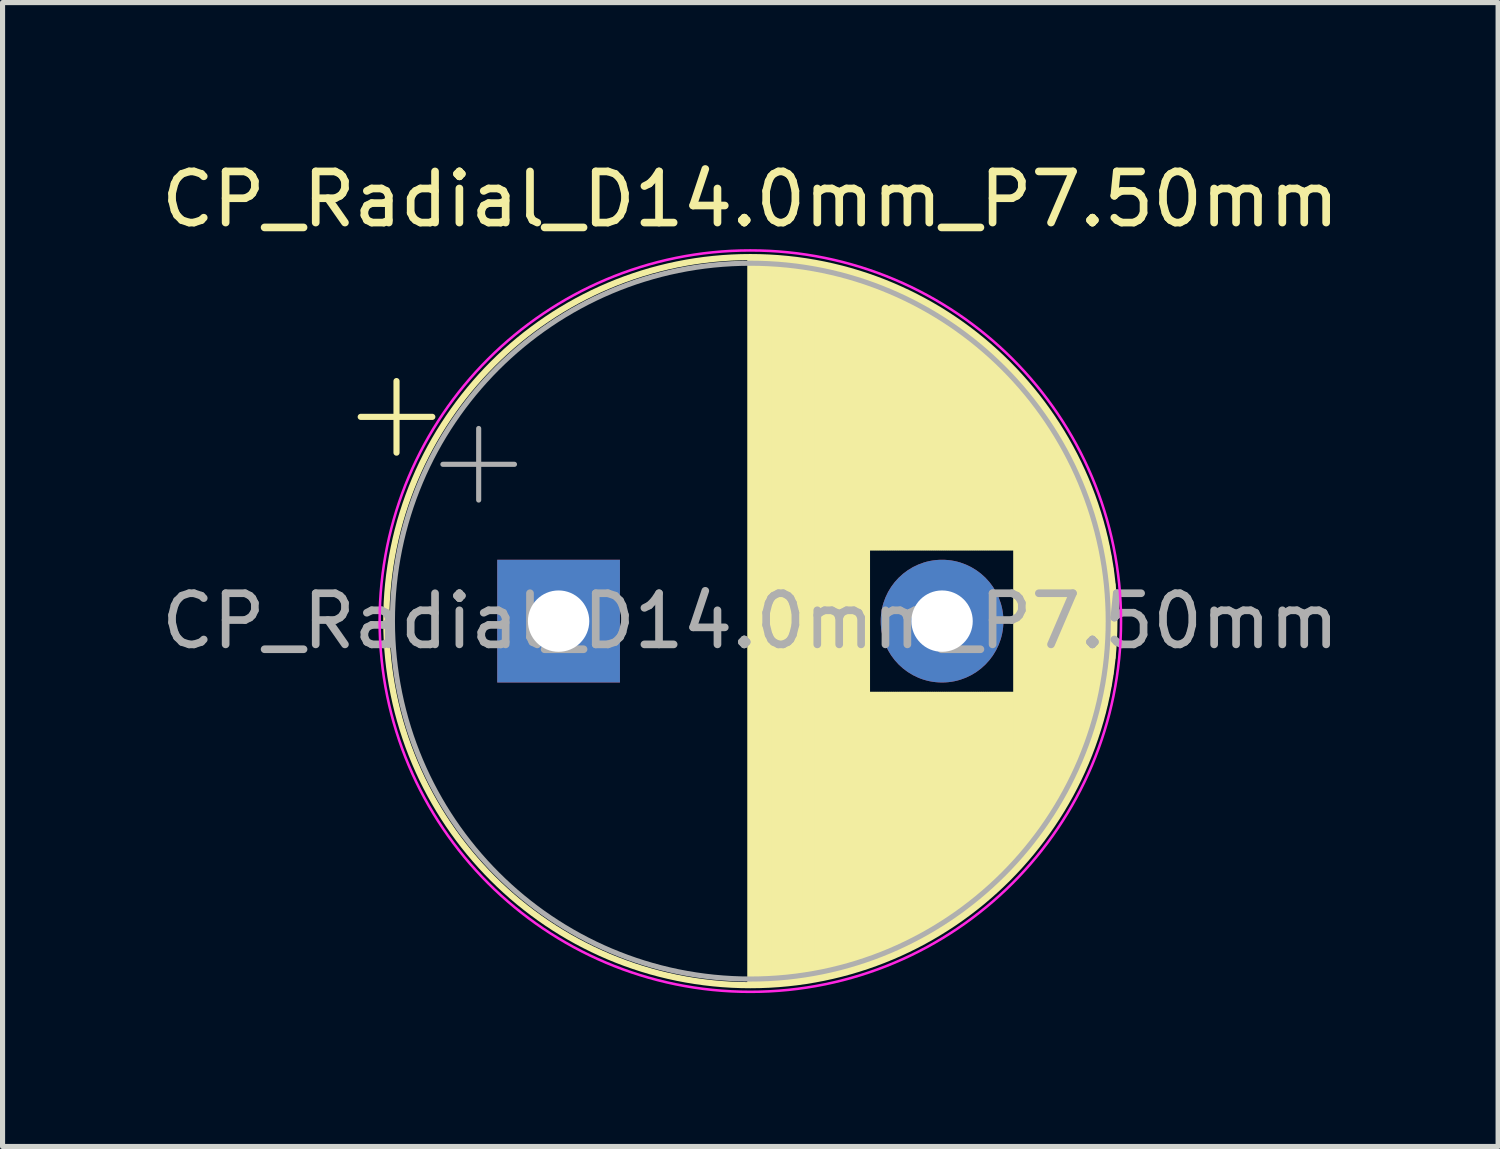
<source format=kicad_pcb>
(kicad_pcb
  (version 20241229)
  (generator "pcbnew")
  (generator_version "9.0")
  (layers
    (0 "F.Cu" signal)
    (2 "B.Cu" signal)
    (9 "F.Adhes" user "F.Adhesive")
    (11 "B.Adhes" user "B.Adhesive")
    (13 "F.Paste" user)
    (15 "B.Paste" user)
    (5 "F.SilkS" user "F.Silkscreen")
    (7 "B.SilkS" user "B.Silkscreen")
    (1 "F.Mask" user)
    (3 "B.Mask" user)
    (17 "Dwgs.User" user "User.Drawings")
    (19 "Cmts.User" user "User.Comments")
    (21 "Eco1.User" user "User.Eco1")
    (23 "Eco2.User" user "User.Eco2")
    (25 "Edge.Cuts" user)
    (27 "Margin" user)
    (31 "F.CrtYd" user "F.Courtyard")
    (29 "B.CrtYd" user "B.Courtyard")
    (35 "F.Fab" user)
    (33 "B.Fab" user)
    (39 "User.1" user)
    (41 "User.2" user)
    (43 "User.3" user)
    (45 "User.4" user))
  (footprint "CP_Radial_D14.0mm_P7.50mm"
    (layer "F.Cu")
    (at 7.875 9.098)
    (property "Reference" "CP_Radial_D14.0mm_P7.50mm" (at 3.75 -8.25 0) (layer "F.SilkS") (effects (font (size 1 1) (thickness 0.15))))
    (attr through_hole)
    (fp_line (start -3.87 -3.995) (end -2.47 -3.995) (stroke (width 0.12) (type solid)) (layer "F.SilkS"))
    (fp_line (start -3.17 -4.695) (end -3.17 -3.295) (stroke (width 0.12) (type solid)) (layer "F.SilkS"))
    (fp_line (start 3.75 -7.08) (end 3.75 7.08) (stroke (width 0.12) (type solid)) (layer "F.SilkS"))
    (fp_line (start 3.79 -7.08) (end 3.79 7.08) (stroke (width 0.12) (type solid)) (layer "F.SilkS"))
    (fp_line (start 3.83 -7.08) (end 3.83 7.08) (stroke (width 0.12) (type solid)) (layer "F.SilkS"))
    (fp_line (start 3.87 -7.079) (end 3.87 7.079) (stroke (width 0.12) (type solid)) (layer "F.SilkS"))
    (fp_line (start 3.91 -7.079) (end 3.91 7.079) (stroke (width 0.12) (type solid)) (layer "F.SilkS"))
    (fp_line (start 3.95 -7.078) (end 3.95 7.078) (stroke (width 0.12) (type solid)) (layer "F.SilkS"))
    (fp_line (start 3.99 -7.076) (end 3.99 7.076) (stroke (width 0.12) (type solid)) (layer "F.SilkS"))
    (fp_line (start 4.03 -7.075) (end 4.03 7.075) (stroke (width 0.12) (type solid)) (layer "F.SilkS"))
    (fp_line (start 4.07 -7.073) (end 4.07 7.073) (stroke (width 0.12) (type solid)) (layer "F.SilkS"))
    (fp_line (start 4.11 -7.071) (end 4.11 7.071) (stroke (width 0.12) (type solid)) (layer "F.SilkS"))
    (fp_line (start 4.15 -7.069) (end 4.15 7.069) (stroke (width 0.12) (type solid)) (layer "F.SilkS"))
    (fp_line (start 4.19 -7.067) (end 4.19 7.067) (stroke (width 0.12) (type solid)) (layer "F.SilkS"))
    (fp_line (start 4.23 -7.064) (end 4.23 7.064) (stroke (width 0.12) (type solid)) (layer "F.SilkS"))
    (fp_line (start 4.27 -7.061) (end 4.27 7.061) (stroke (width 0.12) (type solid)) (layer "F.SilkS"))
    (fp_line (start 4.31 -7.058) (end 4.31 7.058) (stroke (width 0.12) (type solid)) (layer "F.SilkS"))
    (fp_line (start 4.35 -7.055) (end 4.35 7.055) (stroke (width 0.12) (type solid)) (layer "F.SilkS"))
    (fp_line (start 4.39 -7.052) (end 4.39 7.052) (stroke (width 0.12) (type solid)) (layer "F.SilkS"))
    (fp_line (start 4.43 -7.048) (end 4.43 7.048) (stroke (width 0.12) (type solid)) (layer "F.SilkS"))
    (fp_line (start 4.471 -7.044) (end 4.471 7.044) (stroke (width 0.12) (type solid)) (layer "F.SilkS"))
    (fp_line (start 4.511 -7.04) (end 4.511 7.04) (stroke (width 0.12) (type solid)) (layer "F.SilkS"))
    (fp_line (start 4.551 -7.035) (end 4.551 7.035) (stroke (width 0.12) (type solid)) (layer "F.SilkS"))
    (fp_line (start 4.591 -7.031) (end 4.591 7.031) (stroke (width 0.12) (type solid)) (layer "F.SilkS"))
    (fp_line (start 4.631 -7.026) (end 4.631 7.026) (stroke (width 0.12) (type solid)) (layer "F.SilkS"))
    (fp_line (start 4.671 -7.021) (end 4.671 7.021) (stroke (width 0.12) (type solid)) (layer "F.SilkS"))
    (fp_line (start 4.711 -7.015) (end 4.711 7.015) (stroke (width 0.12) (type solid)) (layer "F.SilkS"))
    (fp_line (start 4.751 -7.01) (end 4.751 7.01) (stroke (width 0.12) (type solid)) (layer "F.SilkS"))
    (fp_line (start 4.791 -7.004) (end 4.791 7.004) (stroke (width 0.12) (type solid)) (layer "F.SilkS"))
    (fp_line (start 4.831 -6.998) (end 4.831 6.998) (stroke (width 0.12) (type solid)) (layer "F.SilkS"))
    (fp_line (start 4.871 -6.992) (end 4.871 6.992) (stroke (width 0.12) (type solid)) (layer "F.SilkS"))
    (fp_line (start 4.911 -6.985) (end 4.911 6.985) (stroke (width 0.12) (type solid)) (layer "F.SilkS"))
    (fp_line (start 4.951 -6.979) (end 4.951 6.979) (stroke (width 0.12) (type solid)) (layer "F.SilkS"))
    (fp_line (start 4.991 -6.972) (end 4.991 6.972) (stroke (width 0.12) (type solid)) (layer "F.SilkS"))
    (fp_line (start 5.031 -6.964) (end 5.031 6.964) (stroke (width 0.12) (type solid)) (layer "F.SilkS"))
    (fp_line (start 5.071 -6.957) (end 5.071 6.957) (stroke (width 0.12) (type solid)) (layer "F.SilkS"))
    (fp_line (start 5.111 -6.949) (end 5.111 6.949) (stroke (width 0.12) (type solid)) (layer "F.SilkS"))
    (fp_line (start 5.151 -6.942) (end 5.151 6.942) (stroke (width 0.12) (type solid)) (layer "F.SilkS"))
    (fp_line (start 5.191 -6.933) (end 5.191 6.933) (stroke (width 0.12) (type solid)) (layer "F.SilkS"))
    (fp_line (start 5.231 -6.925) (end 5.231 6.925) (stroke (width 0.12) (type solid)) (layer "F.SilkS"))
    (fp_line (start 5.271 -6.916) (end 5.271 6.916) (stroke (width 0.12) (type solid)) (layer "F.SilkS"))
    (fp_line (start 5.311 -6.907) (end 5.311 6.907) (stroke (width 0.12) (type solid)) (layer "F.SilkS"))
    (fp_line (start 5.351 -6.898) (end 5.351 6.898) (stroke (width 0.12) (type solid)) (layer "F.SilkS"))
    (fp_line (start 5.391 -6.889) (end 5.391 6.889) (stroke (width 0.12) (type solid)) (layer "F.SilkS"))
    (fp_line (start 5.431 -6.879) (end 5.431 6.879) (stroke (width 0.12) (type solid)) (layer "F.SilkS"))
    (fp_line (start 5.471 -6.87) (end 5.471 6.87) (stroke (width 0.12) (type solid)) (layer "F.SilkS"))
    (fp_line (start 5.511 -6.86) (end 5.511 6.86) (stroke (width 0.12) (type solid)) (layer "F.SilkS"))
    (fp_line (start 5.551 -6.849) (end 5.551 6.849) (stroke (width 0.12) (type solid)) (layer "F.SilkS"))
    (fp_line (start 5.591 -6.839) (end 5.591 6.839) (stroke (width 0.12) (type solid)) (layer "F.SilkS"))
    (fp_line (start 5.631 -6.828) (end 5.631 6.828) (stroke (width 0.12) (type solid)) (layer "F.SilkS"))
    (fp_line (start 5.671 -6.817) (end 5.671 6.817) (stroke (width 0.12) (type solid)) (layer "F.SilkS"))
    (fp_line (start 5.711 -6.805) (end 5.711 6.805) (stroke (width 0.12) (type solid)) (layer "F.SilkS"))
    (fp_line (start 5.751 -6.794) (end 5.751 6.794) (stroke (width 0.12) (type solid)) (layer "F.SilkS"))
    (fp_line (start 5.791 -6.782) (end 5.791 6.782) (stroke (width 0.12) (type solid)) (layer "F.SilkS"))
    (fp_line (start 5.831 -6.77) (end 5.831 6.77) (stroke (width 0.12) (type solid)) (layer "F.SilkS"))
    (fp_line (start 5.871 -6.758) (end 5.871 6.758) (stroke (width 0.12) (type solid)) (layer "F.SilkS"))
    (fp_line (start 5.911 -6.745) (end 5.911 6.745) (stroke (width 0.12) (type solid)) (layer "F.SilkS"))
    (fp_line (start 5.951 -6.732) (end 5.951 6.732) (stroke (width 0.12) (type solid)) (layer "F.SilkS"))
    (fp_line (start 5.991 -6.719) (end 5.991 6.719) (stroke (width 0.12) (type solid)) (layer "F.SilkS"))
    (fp_line (start 6.031 -6.706) (end 6.031 6.706) (stroke (width 0.12) (type solid)) (layer "F.SilkS"))
    (fp_line (start 6.071 -6.692) (end 6.071 -1.44) (stroke (width 0.12) (type solid)) (layer "F.SilkS"))
    (fp_line (start 6.071 1.44) (end 6.071 6.692) (stroke (width 0.12) (type solid)) (layer "F.SilkS"))
    (fp_line (start 6.111 -6.678) (end 6.111 -1.44) (stroke (width 0.12) (type solid)) (layer "F.SilkS"))
    (fp_line (start 6.111 1.44) (end 6.111 6.678) (stroke (width 0.12) (type solid)) (layer "F.SilkS"))
    (fp_line (start 6.151 -6.664) (end 6.151 -1.44) (stroke (width 0.12) (type solid)) (layer "F.SilkS"))
    (fp_line (start 6.151 1.44) (end 6.151 6.664) (stroke (width 0.12) (type solid)) (layer "F.SilkS"))
    (fp_line (start 6.191 -6.649) (end 6.191 -1.44) (stroke (width 0.12) (type solid)) (layer "F.SilkS"))
    (fp_line (start 6.191 1.44) (end 6.191 6.649) (stroke (width 0.12) (type solid)) (layer "F.SilkS"))
    (fp_line (start 6.231 -6.635) (end 6.231 -1.44) (stroke (width 0.12) (type solid)) (layer "F.SilkS"))
    (fp_line (start 6.231 1.44) (end 6.231 6.635) (stroke (width 0.12) (type solid)) (layer "F.SilkS"))
    (fp_line (start 6.271 -6.62) (end 6.271 -1.44) (stroke (width 0.12) (type solid)) (layer "F.SilkS"))
    (fp_line (start 6.271 1.44) (end 6.271 6.62) (stroke (width 0.12) (type solid)) (layer "F.SilkS"))
    (fp_line (start 6.311 -6.604) (end 6.311 -1.44) (stroke (width 0.12) (type solid)) (layer "F.SilkS"))
    (fp_line (start 6.311 1.44) (end 6.311 6.604) (stroke (width 0.12) (type solid)) (layer "F.SilkS"))
    (fp_line (start 6.351 -6.589) (end 6.351 -1.44) (stroke (width 0.12) (type solid)) (layer "F.SilkS"))
    (fp_line (start 6.351 1.44) (end 6.351 6.589) (stroke (width 0.12) (type solid)) (layer "F.SilkS"))
    (fp_line (start 6.391 -6.573) (end 6.391 -1.44) (stroke (width 0.12) (type solid)) (layer "F.SilkS"))
    (fp_line (start 6.391 1.44) (end 6.391 6.573) (stroke (width 0.12) (type solid)) (layer "F.SilkS"))
    (fp_line (start 6.431 -6.557) (end 6.431 -1.44) (stroke (width 0.12) (type solid)) (layer "F.SilkS"))
    (fp_line (start 6.431 1.44) (end 6.431 6.557) (stroke (width 0.12) (type solid)) (layer "F.SilkS"))
    (fp_line (start 6.471 -6.54) (end 6.471 -1.44) (stroke (width 0.12) (type solid)) (layer "F.SilkS"))
    (fp_line (start 6.471 1.44) (end 6.471 6.54) (stroke (width 0.12) (type solid)) (layer "F.SilkS"))
    (fp_line (start 6.511 -6.524) (end 6.511 -1.44) (stroke (width 0.12) (type solid)) (layer "F.SilkS"))
    (fp_line (start 6.511 1.44) (end 6.511 6.524) (stroke (width 0.12) (type solid)) (layer "F.SilkS"))
    (fp_line (start 6.551 -6.507) (end 6.551 -1.44) (stroke (width 0.12) (type solid)) (layer "F.SilkS"))
    (fp_line (start 6.551 1.44) (end 6.551 6.507) (stroke (width 0.12) (type solid)) (layer "F.SilkS"))
    (fp_line (start 6.591 -6.49) (end 6.591 -1.44) (stroke (width 0.12) (type solid)) (layer "F.SilkS"))
    (fp_line (start 6.591 1.44) (end 6.591 6.49) (stroke (width 0.12) (type solid)) (layer "F.SilkS"))
    (fp_line (start 6.631 -6.472) (end 6.631 -1.44) (stroke (width 0.12) (type solid)) (layer "F.SilkS"))
    (fp_line (start 6.631 1.44) (end 6.631 6.472) (stroke (width 0.12) (type solid)) (layer "F.SilkS"))
    (fp_line (start 6.671 -6.454) (end 6.671 -1.44) (stroke (width 0.12) (type solid)) (layer "F.SilkS"))
    (fp_line (start 6.671 1.44) (end 6.671 6.454) (stroke (width 0.12) (type solid)) (layer "F.SilkS"))
    (fp_line (start 6.711 -6.436) (end 6.711 -1.44) (stroke (width 0.12) (type solid)) (layer "F.SilkS"))
    (fp_line (start 6.711 1.44) (end 6.711 6.436) (stroke (width 0.12) (type solid)) (layer "F.SilkS"))
    (fp_line (start 6.751 -6.418) (end 6.751 -1.44) (stroke (width 0.12) (type solid)) (layer "F.SilkS"))
    (fp_line (start 6.751 1.44) (end 6.751 6.418) (stroke (width 0.12) (type solid)) (layer "F.SilkS"))
    (fp_line (start 6.791 -6.399) (end 6.791 -1.44) (stroke (width 0.12) (type solid)) (layer "F.SilkS"))
    (fp_line (start 6.791 1.44) (end 6.791 6.399) (stroke (width 0.12) (type solid)) (layer "F.SilkS"))
    (fp_line (start 6.831 -6.38) (end 6.831 -1.44) (stroke (width 0.12) (type solid)) (layer "F.SilkS"))
    (fp_line (start 6.831 1.44) (end 6.831 6.38) (stroke (width 0.12) (type solid)) (layer "F.SilkS"))
    (fp_line (start 6.871 -6.36) (end 6.871 -1.44) (stroke (width 0.12) (type solid)) (layer "F.SilkS"))
    (fp_line (start 6.871 1.44) (end 6.871 6.36) (stroke (width 0.12) (type solid)) (layer "F.SilkS"))
    (fp_line (start 6.911 -6.341) (end 6.911 -1.44) (stroke (width 0.12) (type solid)) (layer "F.SilkS"))
    (fp_line (start 6.911 1.44) (end 6.911 6.341) (stroke (width 0.12) (type solid)) (layer "F.SilkS"))
    (fp_line (start 6.951 -6.321) (end 6.951 -1.44) (stroke (width 0.12) (type solid)) (layer "F.SilkS"))
    (fp_line (start 6.951 1.44) (end 6.951 6.321) (stroke (width 0.12) (type solid)) (layer "F.SilkS"))
    (fp_line (start 6.991 -6.301) (end 6.991 -1.44) (stroke (width 0.12) (type solid)) (layer "F.SilkS"))
    (fp_line (start 6.991 1.44) (end 6.991 6.301) (stroke (width 0.12) (type solid)) (layer "F.SilkS"))
    (fp_line (start 7.031 -6.28) (end 7.031 -1.44) (stroke (width 0.12) (type solid)) (layer "F.SilkS"))
    (fp_line (start 7.031 1.44) (end 7.031 6.28) (stroke (width 0.12) (type solid)) (layer "F.SilkS"))
    (fp_line (start 7.071 -6.259) (end 7.071 -1.44) (stroke (width 0.12) (type solid)) (layer "F.SilkS"))
    (fp_line (start 7.071 1.44) (end 7.071 6.259) (stroke (width 0.12) (type solid)) (layer "F.SilkS"))
    (fp_line (start 7.111 -6.238) (end 7.111 -1.44) (stroke (width 0.12) (type solid)) (layer "F.SilkS"))
    (fp_line (start 7.111 1.44) (end 7.111 6.238) (stroke (width 0.12) (type solid)) (layer "F.SilkS"))
    (fp_line (start 7.151 -6.216) (end 7.151 -1.44) (stroke (width 0.12) (type solid)) (layer "F.SilkS"))
    (fp_line (start 7.151 1.44) (end 7.151 6.216) (stroke (width 0.12) (type solid)) (layer "F.SilkS"))
    (fp_line (start 7.191 -6.194) (end 7.191 -1.44) (stroke (width 0.12) (type solid)) (layer "F.SilkS"))
    (fp_line (start 7.191 1.44) (end 7.191 6.194) (stroke (width 0.12) (type solid)) (layer "F.SilkS"))
    (fp_line (start 7.231 -6.172) (end 7.231 -1.44) (stroke (width 0.12) (type solid)) (layer "F.SilkS"))
    (fp_line (start 7.231 1.44) (end 7.231 6.172) (stroke (width 0.12) (type solid)) (layer "F.SilkS"))
    (fp_line (start 7.271 -6.15) (end 7.271 -1.44) (stroke (width 0.12) (type solid)) (layer "F.SilkS"))
    (fp_line (start 7.271 1.44) (end 7.271 6.15) (stroke (width 0.12) (type solid)) (layer "F.SilkS"))
    (fp_line (start 7.311 -6.127) (end 7.311 -1.44) (stroke (width 0.12) (type solid)) (layer "F.SilkS"))
    (fp_line (start 7.311 1.44) (end 7.311 6.127) (stroke (width 0.12) (type solid)) (layer "F.SilkS"))
    (fp_line (start 7.351 -6.103) (end 7.351 -1.44) (stroke (width 0.12) (type solid)) (layer "F.SilkS"))
    (fp_line (start 7.351 1.44) (end 7.351 6.103) (stroke (width 0.12) (type solid)) (layer "F.SilkS"))
    (fp_line (start 7.391 -6.08) (end 7.391 -1.44) (stroke (width 0.12) (type solid)) (layer "F.SilkS"))
    (fp_line (start 7.391 1.44) (end 7.391 6.08) (stroke (width 0.12) (type solid)) (layer "F.SilkS"))
    (fp_line (start 7.431 -6.056) (end 7.431 -1.44) (stroke (width 0.12) (type solid)) (layer "F.SilkS"))
    (fp_line (start 7.431 1.44) (end 7.431 6.056) (stroke (width 0.12) (type solid)) (layer "F.SilkS"))
    (fp_line (start 7.471 -6.031) (end 7.471 -1.44) (stroke (width 0.12) (type solid)) (layer "F.SilkS"))
    (fp_line (start 7.471 1.44) (end 7.471 6.031) (stroke (width 0.12) (type solid)) (layer "F.SilkS"))
    (fp_line (start 7.511 -6.007) (end 7.511 -1.44) (stroke (width 0.12) (type solid)) (layer "F.SilkS"))
    (fp_line (start 7.511 1.44) (end 7.511 6.007) (stroke (width 0.12) (type solid)) (layer "F.SilkS"))
    (fp_line (start 7.551 -5.982) (end 7.551 -1.44) (stroke (width 0.12) (type solid)) (layer "F.SilkS"))
    (fp_line (start 7.551 1.44) (end 7.551 5.982) (stroke (width 0.12) (type solid)) (layer "F.SilkS"))
    (fp_line (start 7.591 -5.956) (end 7.591 -1.44) (stroke (width 0.12) (type solid)) (layer "F.SilkS"))
    (fp_line (start 7.591 1.44) (end 7.591 5.956) (stroke (width 0.12) (type solid)) (layer "F.SilkS"))
    (fp_line (start 7.631 -5.93) (end 7.631 -1.44) (stroke (width 0.12) (type solid)) (layer "F.SilkS"))
    (fp_line (start 7.631 1.44) (end 7.631 5.93) (stroke (width 0.12) (type solid)) (layer "F.SilkS"))
    (fp_line (start 7.671 -5.904) (end 7.671 -1.44) (stroke (width 0.12) (type solid)) (layer "F.SilkS"))
    (fp_line (start 7.671 1.44) (end 7.671 5.904) (stroke (width 0.12) (type solid)) (layer "F.SilkS"))
    (fp_line (start 7.711 -5.878) (end 7.711 -1.44) (stroke (width 0.12) (type solid)) (layer "F.SilkS"))
    (fp_line (start 7.711 1.44) (end 7.711 5.878) (stroke (width 0.12) (type solid)) (layer "F.SilkS"))
    (fp_line (start 7.751 -5.851) (end 7.751 -1.44) (stroke (width 0.12) (type solid)) (layer "F.SilkS"))
    (fp_line (start 7.751 1.44) (end 7.751 5.851) (stroke (width 0.12) (type solid)) (layer "F.SilkS"))
    (fp_line (start 7.791 -5.823) (end 7.791 -1.44) (stroke (width 0.12) (type solid)) (layer "F.SilkS"))
    (fp_line (start 7.791 1.44) (end 7.791 5.823) (stroke (width 0.12) (type solid)) (layer "F.SilkS"))
    (fp_line (start 7.831 -5.796) (end 7.831 -1.44) (stroke (width 0.12) (type solid)) (layer "F.SilkS"))
    (fp_line (start 7.831 1.44) (end 7.831 5.796) (stroke (width 0.12) (type solid)) (layer "F.SilkS"))
    (fp_line (start 7.871 -5.767) (end 7.871 -1.44) (stroke (width 0.12) (type solid)) (layer "F.SilkS"))
    (fp_line (start 7.871 1.44) (end 7.871 5.767) (stroke (width 0.12) (type solid)) (layer "F.SilkS"))
    (fp_line (start 7.911 -5.739) (end 7.911 -1.44) (stroke (width 0.12) (type solid)) (layer "F.SilkS"))
    (fp_line (start 7.911 1.44) (end 7.911 5.739) (stroke (width 0.12) (type solid)) (layer "F.SilkS"))
    (fp_line (start 7.951 -5.71) (end 7.951 -1.44) (stroke (width 0.12) (type solid)) (layer "F.SilkS"))
    (fp_line (start 7.951 1.44) (end 7.951 5.71) (stroke (width 0.12) (type solid)) (layer "F.SilkS"))
    (fp_line (start 7.991 -5.68) (end 7.991 -1.44) (stroke (width 0.12) (type solid)) (layer "F.SilkS"))
    (fp_line (start 7.991 1.44) (end 7.991 5.68) (stroke (width 0.12) (type solid)) (layer "F.SilkS"))
    (fp_line (start 8.031 -5.65) (end 8.031 -1.44) (stroke (width 0.12) (type solid)) (layer "F.SilkS"))
    (fp_line (start 8.031 1.44) (end 8.031 5.65) (stroke (width 0.12) (type solid)) (layer "F.SilkS"))
    (fp_line (start 8.071 -5.62) (end 8.071 -1.44) (stroke (width 0.12) (type solid)) (layer "F.SilkS"))
    (fp_line (start 8.071 1.44) (end 8.071 5.62) (stroke (width 0.12) (type solid)) (layer "F.SilkS"))
    (fp_line (start 8.111 -5.589) (end 8.111 -1.44) (stroke (width 0.12) (type solid)) (layer "F.SilkS"))
    (fp_line (start 8.111 1.44) (end 8.111 5.589) (stroke (width 0.12) (type solid)) (layer "F.SilkS"))
    (fp_line (start 8.151 -5.558) (end 8.151 -1.44) (stroke (width 0.12) (type solid)) (layer "F.SilkS"))
    (fp_line (start 8.151 1.44) (end 8.151 5.558) (stroke (width 0.12) (type solid)) (layer "F.SilkS"))
    (fp_line (start 8.191 -5.527) (end 8.191 -1.44) (stroke (width 0.12) (type solid)) (layer "F.SilkS"))
    (fp_line (start 8.191 1.44) (end 8.191 5.527) (stroke (width 0.12) (type solid)) (layer "F.SilkS"))
    (fp_line (start 8.231 -5.494) (end 8.231 -1.44) (stroke (width 0.12) (type solid)) (layer "F.SilkS"))
    (fp_line (start 8.231 1.44) (end 8.231 5.494) (stroke (width 0.12) (type solid)) (layer "F.SilkS"))
    (fp_line (start 8.271 -5.462) (end 8.271 -1.44) (stroke (width 0.12) (type solid)) (layer "F.SilkS"))
    (fp_line (start 8.271 1.44) (end 8.271 5.462) (stroke (width 0.12) (type solid)) (layer "F.SilkS"))
    (fp_line (start 8.311 -5.429) (end 8.311 -1.44) (stroke (width 0.12) (type solid)) (layer "F.SilkS"))
    (fp_line (start 8.311 1.44) (end 8.311 5.429) (stroke (width 0.12) (type solid)) (layer "F.SilkS"))
    (fp_line (start 8.351 -5.395) (end 8.351 -1.44) (stroke (width 0.12) (type solid)) (layer "F.SilkS"))
    (fp_line (start 8.351 1.44) (end 8.351 5.395) (stroke (width 0.12) (type solid)) (layer "F.SilkS"))
    (fp_line (start 8.391 -5.361) (end 8.391 -1.44) (stroke (width 0.12) (type solid)) (layer "F.SilkS"))
    (fp_line (start 8.391 1.44) (end 8.391 5.361) (stroke (width 0.12) (type solid)) (layer "F.SilkS"))
    (fp_line (start 8.431 -5.326) (end 8.431 -1.44) (stroke (width 0.12) (type solid)) (layer "F.SilkS"))
    (fp_line (start 8.431 1.44) (end 8.431 5.326) (stroke (width 0.12) (type solid)) (layer "F.SilkS"))
    (fp_line (start 8.471 -5.291) (end 8.471 -1.44) (stroke (width 0.12) (type solid)) (layer "F.SilkS"))
    (fp_line (start 8.471 1.44) (end 8.471 5.291) (stroke (width 0.12) (type solid)) (layer "F.SilkS"))
    (fp_line (start 8.511 -5.255) (end 8.511 -1.44) (stroke (width 0.12) (type solid)) (layer "F.SilkS"))
    (fp_line (start 8.511 1.44) (end 8.511 5.255) (stroke (width 0.12) (type solid)) (layer "F.SilkS"))
    (fp_line (start 8.551 -5.219) (end 8.551 -1.44) (stroke (width 0.12) (type solid)) (layer "F.SilkS"))
    (fp_line (start 8.551 1.44) (end 8.551 5.219) (stroke (width 0.12) (type solid)) (layer "F.SilkS"))
    (fp_line (start 8.591 -5.182) (end 8.591 -1.44) (stroke (width 0.12) (type solid)) (layer "F.SilkS"))
    (fp_line (start 8.591 1.44) (end 8.591 5.182) (stroke (width 0.12) (type solid)) (layer "F.SilkS"))
    (fp_line (start 8.631 -5.145) (end 8.631 -1.44) (stroke (width 0.12) (type solid)) (layer "F.SilkS"))
    (fp_line (start 8.631 1.44) (end 8.631 5.145) (stroke (width 0.12) (type solid)) (layer "F.SilkS"))
    (fp_line (start 8.671 -5.107) (end 8.671 -1.44) (stroke (width 0.12) (type solid)) (layer "F.SilkS"))
    (fp_line (start 8.671 1.44) (end 8.671 5.107) (stroke (width 0.12) (type solid)) (layer "F.SilkS"))
    (fp_line (start 8.711 -5.069) (end 8.711 -1.44) (stroke (width 0.12) (type solid)) (layer "F.SilkS"))
    (fp_line (start 8.711 1.44) (end 8.711 5.069) (stroke (width 0.12) (type solid)) (layer "F.SilkS"))
    (fp_line (start 8.751 -5.029) (end 8.751 -1.44) (stroke (width 0.12) (type solid)) (layer "F.SilkS"))
    (fp_line (start 8.751 1.44) (end 8.751 5.029) (stroke (width 0.12) (type solid)) (layer "F.SilkS"))
    (fp_line (start 8.791 -4.99) (end 8.791 -1.44) (stroke (width 0.12) (type solid)) (layer "F.SilkS"))
    (fp_line (start 8.791 1.44) (end 8.791 4.99) (stroke (width 0.12) (type solid)) (layer "F.SilkS"))
    (fp_line (start 8.831 -4.949) (end 8.831 -1.44) (stroke (width 0.12) (type solid)) (layer "F.SilkS"))
    (fp_line (start 8.831 1.44) (end 8.831 4.949) (stroke (width 0.12) (type solid)) (layer "F.SilkS"))
    (fp_line (start 8.871 -4.908) (end 8.871 -1.44) (stroke (width 0.12) (type solid)) (layer "F.SilkS"))
    (fp_line (start 8.871 1.44) (end 8.871 4.908) (stroke (width 0.12) (type solid)) (layer "F.SilkS"))
    (fp_line (start 8.911 -4.866) (end 8.911 -1.44) (stroke (width 0.12) (type solid)) (layer "F.SilkS"))
    (fp_line (start 8.911 1.44) (end 8.911 4.866) (stroke (width 0.12) (type solid)) (layer "F.SilkS"))
    (fp_line (start 8.951 -4.824) (end 8.951 4.824) (stroke (width 0.12) (type solid)) (layer "F.SilkS"))
    (fp_line (start 8.991 -4.781) (end 8.991 4.781) (stroke (width 0.12) (type solid)) (layer "F.SilkS"))
    (fp_line (start 9.031 -4.737) (end 9.031 4.737) (stroke (width 0.12) (type solid)) (layer "F.SilkS"))
    (fp_line (start 9.071 -4.693) (end 9.071 4.693) (stroke (width 0.12) (type solid)) (layer "F.SilkS"))
    (fp_line (start 9.111 -4.647) (end 9.111 4.647) (stroke (width 0.12) (type solid)) (layer "F.SilkS"))
    (fp_line (start 9.151 -4.601) (end 9.151 4.601) (stroke (width 0.12) (type solid)) (layer "F.SilkS"))
    (fp_line (start 9.191 -4.554) (end 9.191 4.554) (stroke (width 0.12) (type solid)) (layer "F.SilkS"))
    (fp_line (start 9.231 -4.506) (end 9.231 4.506) (stroke (width 0.12) (type solid)) (layer "F.SilkS"))
    (fp_line (start 9.271 -4.458) (end 9.271 4.458) (stroke (width 0.12) (type solid)) (layer "F.SilkS"))
    (fp_line (start 9.311 -4.408) (end 9.311 4.408) (stroke (width 0.12) (type solid)) (layer "F.SilkS"))
    (fp_line (start 9.351 -4.358) (end 9.351 4.358) (stroke (width 0.12) (type solid)) (layer "F.SilkS"))
    (fp_line (start 9.391 -4.306) (end 9.391 4.306) (stroke (width 0.12) (type solid)) (layer "F.SilkS"))
    (fp_line (start 9.431 -4.254) (end 9.431 4.254) (stroke (width 0.12) (type solid)) (layer "F.SilkS"))
    (fp_line (start 9.471 -4.2) (end 9.471 4.2) (stroke (width 0.12) (type solid)) (layer "F.SilkS"))
    (fp_line (start 9.511 -4.146) (end 9.511 4.146) (stroke (width 0.12) (type solid)) (layer "F.SilkS"))
    (fp_line (start 9.551 -4.09) (end 9.551 4.09) (stroke (width 0.12) (type solid)) (layer "F.SilkS"))
    (fp_line (start 9.591 -4.033) (end 9.591 4.033) (stroke (width 0.12) (type solid)) (layer "F.SilkS"))
    (fp_line (start 9.631 -3.975) (end 9.631 3.975) (stroke (width 0.12) (type solid)) (layer "F.SilkS"))
    (fp_line (start 9.671 -3.916) (end 9.671 3.916) (stroke (width 0.12) (type solid)) (layer "F.SilkS"))
    (fp_line (start 9.711 -3.856) (end 9.711 3.856) (stroke (width 0.12) (type solid)) (layer "F.SilkS"))
    (fp_line (start 9.751 -3.794) (end 9.751 3.794) (stroke (width 0.12) (type solid)) (layer "F.SilkS"))
    (fp_line (start 9.791 -3.73) (end 9.791 3.73) (stroke (width 0.12) (type solid)) (layer "F.SilkS"))
    (fp_line (start 9.831 -3.666) (end 9.831 3.666) (stroke (width 0.12) (type solid)) (layer "F.SilkS"))
    (fp_line (start 9.871 -3.599) (end 9.871 3.599) (stroke (width 0.12) (type solid)) (layer "F.SilkS"))
    (fp_line (start 9.911 -3.531) (end 9.911 3.531) (stroke (width 0.12) (type solid)) (layer "F.SilkS"))
    (fp_line (start 9.951 -3.461) (end 9.951 3.461) (stroke (width 0.12) (type solid)) (layer "F.SilkS"))
    (fp_line (start 9.991 -3.389) (end 9.991 3.389) (stroke (width 0.12) (type solid)) (layer "F.SilkS"))
    (fp_line (start 10.031 -3.315) (end 10.031 3.315) (stroke (width 0.12) (type solid)) (layer "F.SilkS"))
    (fp_line (start 10.071 -3.24) (end 10.071 3.24) (stroke (width 0.12) (type solid)) (layer "F.SilkS"))
    (fp_line (start 10.111 -3.161) (end 10.111 3.161) (stroke (width 0.12) (type solid)) (layer "F.SilkS"))
    (fp_line (start 10.151 -3.08) (end 10.151 3.08) (stroke (width 0.12) (type solid)) (layer "F.SilkS"))
    (fp_line (start 10.191 -2.997) (end 10.191 2.997) (stroke (width 0.12) (type solid)) (layer "F.SilkS"))
    (fp_line (start 10.231 -2.911) (end 10.231 2.911) (stroke (width 0.12) (type solid)) (layer "F.SilkS"))
    (fp_line (start 10.271 -2.821) (end 10.271 2.821) (stroke (width 0.12) (type solid)) (layer "F.SilkS"))
    (fp_line (start 10.311 -2.728) (end 10.311 2.728) (stroke (width 0.12) (type solid)) (layer "F.SilkS"))
    (fp_line (start 10.351 -2.632) (end 10.351 2.632) (stroke (width 0.12) (type solid)) (layer "F.SilkS"))
    (fp_line (start 10.391 -2.53) (end 10.391 2.53) (stroke (width 0.12) (type solid)) (layer "F.SilkS"))
    (fp_line (start 10.431 -2.425) (end 10.431 2.425) (stroke (width 0.12) (type solid)) (layer "F.SilkS"))
    (fp_line (start 10.471 -2.313) (end 10.471 2.313) (stroke (width 0.12) (type solid)) (layer "F.SilkS"))
    (fp_line (start 10.511 -2.196) (end 10.511 2.196) (stroke (width 0.12) (type solid)) (layer "F.SilkS"))
    (fp_line (start 10.551 -2.071) (end 10.551 2.071) (stroke (width 0.12) (type solid)) (layer "F.SilkS"))
    (fp_line (start 10.591 -1.938) (end 10.591 1.938) (stroke (width 0.12) (type solid)) (layer "F.SilkS"))
    (fp_line (start 10.631 -1.794) (end 10.631 1.794) (stroke (width 0.12) (type solid)) (layer "F.SilkS"))
    (fp_line (start 10.671 -1.636) (end 10.671 1.636) (stroke (width 0.12) (type solid)) (layer "F.SilkS"))
    (fp_line (start 10.711 -1.461) (end 10.711 1.461) (stroke (width 0.12) (type solid)) (layer "F.SilkS"))
    (fp_line (start 10.751 -1.262) (end 10.751 1.262) (stroke (width 0.12) (type solid)) (layer "F.SilkS"))
    (fp_line (start 10.791 -1.025) (end 10.791 1.025) (stroke (width 0.12) (type solid)) (layer "F.SilkS"))
    (fp_line (start 10.831 -0.714) (end 10.831 0.714) (stroke (width 0.12) (type solid)) (layer "F.SilkS"))
    (fp_circle (center 3.75 0) (end 10.87 0) (stroke (width 0.12) (type solid)) (fill no) (layer "F.SilkS"))
    (fp_circle (center 3.75 0) (end 11 0) (stroke (width 0.05) (type solid)) (fill no) (layer "F.CrtYd"))
    (fp_line (start -2.263 -3.067) (end -0.863 -3.067) (stroke (width 0.1) (type solid)) (layer "F.Fab"))
    (fp_line (start -1.563 -3.768) (end -1.563 -2.368) (stroke (width 0.1) (type solid)) (layer "F.Fab"))
    (fp_circle (center 3.75 0) (end 10.75 0) (stroke (width 0.1) (type solid)) (fill no) (layer "F.Fab"))
    (fp_text user "${REFERENCE}" (at 3.75 0 0) (layer "F.Fab") (effects (font (size 1 1) (thickness 0.15))))
    (pad "1" thru_hole rect (at 0 0) (size 2.4 2.4) (drill 1.2) (layers "*.Cu" "*.Mask"))
    (pad "2" thru_hole circle (at 7.5 0) (size 2.4 2.4) (drill 1.2) (layers "*.Cu" "*.Mask")))
  (gr_rect
    (start -3 -3)
    (end 26.25 19.373)
    (stroke (width 0.1) (type default))
    (fill no)
    (layer "Edge.Cuts")))
</source>
